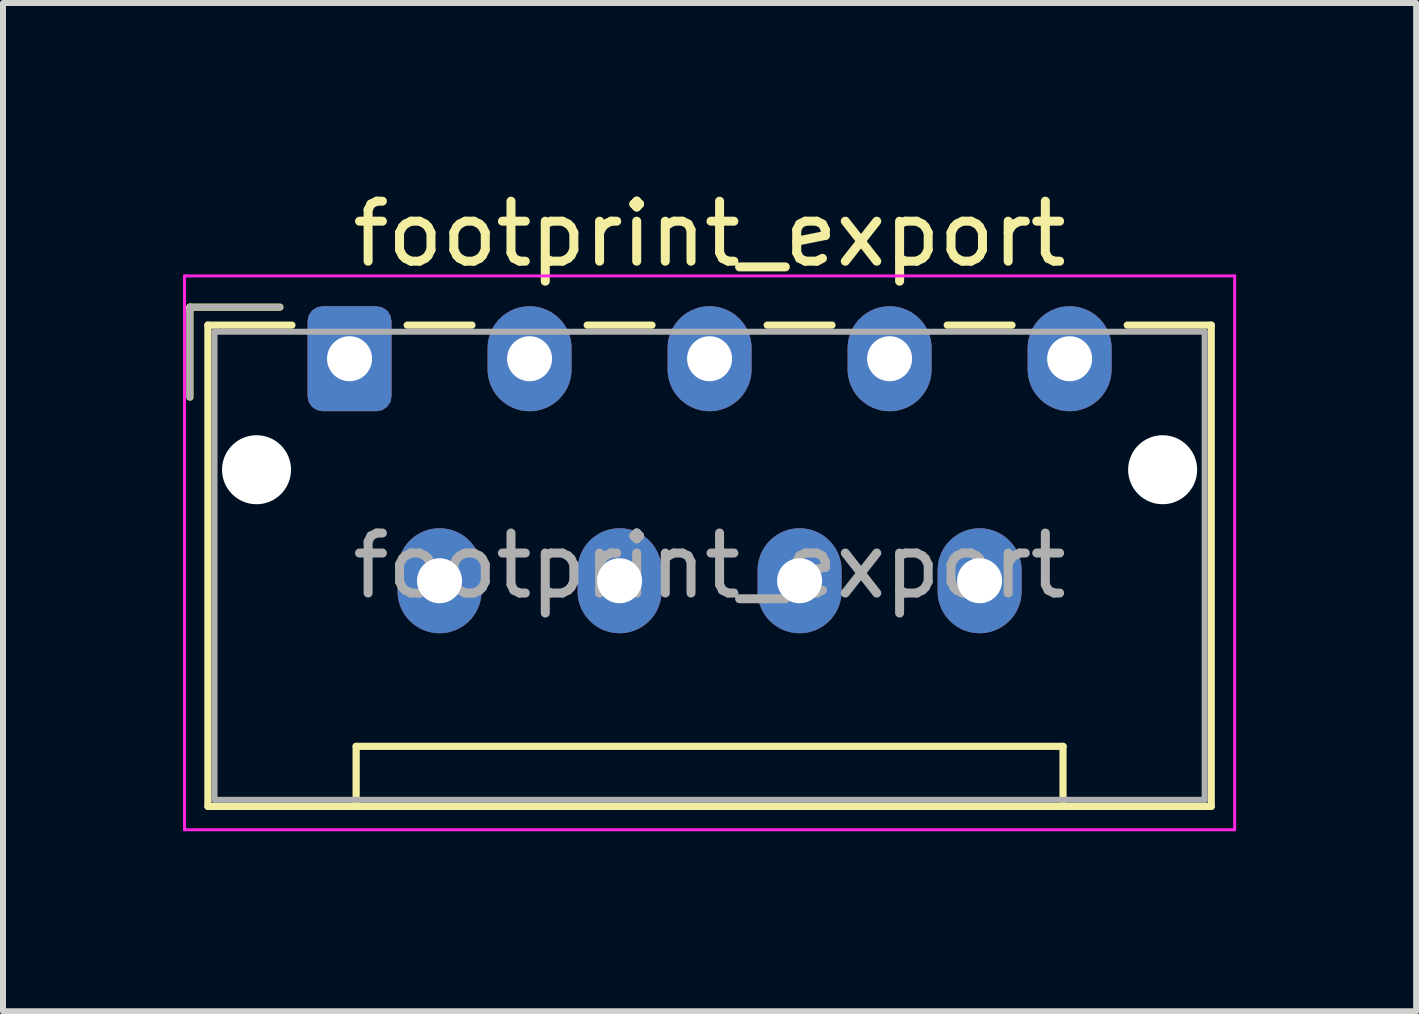
<source format=kicad_pcb>
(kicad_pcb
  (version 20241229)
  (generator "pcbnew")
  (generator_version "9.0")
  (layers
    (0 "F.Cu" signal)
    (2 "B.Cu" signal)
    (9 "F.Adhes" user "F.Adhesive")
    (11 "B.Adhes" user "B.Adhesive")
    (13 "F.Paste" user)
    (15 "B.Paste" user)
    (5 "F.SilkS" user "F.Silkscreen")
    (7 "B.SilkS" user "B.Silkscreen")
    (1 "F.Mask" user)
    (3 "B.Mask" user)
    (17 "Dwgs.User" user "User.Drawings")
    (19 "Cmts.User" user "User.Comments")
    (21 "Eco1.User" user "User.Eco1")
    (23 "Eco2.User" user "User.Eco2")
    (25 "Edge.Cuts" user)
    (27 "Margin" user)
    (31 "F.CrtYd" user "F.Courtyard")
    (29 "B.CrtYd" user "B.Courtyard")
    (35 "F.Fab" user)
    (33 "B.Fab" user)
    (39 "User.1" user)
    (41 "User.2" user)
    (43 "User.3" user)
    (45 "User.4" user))
  (footprint "footprint_export"
    (layer "F.Cu")
    (at 2.775 2.928)
    (property "Reference" "footprint_export" (at 6 -2.08 0) (layer "F.SilkS") (effects (font (size 1 1) (thickness 0.15))))
    (attr through_hole)
    (fp_line (start -2.66 -0.86) (end -1.16 -0.86) (stroke (width 0.12) (type solid)) (layer "F.SilkS"))
    (fp_line (start -2.66 0.64) (end -2.66 -0.86) (stroke (width 0.12) (type solid)) (layer "F.SilkS"))
    (fp_line (start -2.36 -0.56) (end -2.36 7.46) (stroke (width 0.12) (type solid)) (layer "F.SilkS"))
    (fp_line (start -2.36 7.46) (end 14.36 7.46) (stroke (width 0.12) (type solid)) (layer "F.SilkS"))
    (fp_line (start -0.96 -0.56) (end -2.36 -0.56) (stroke (width 0.12) (type solid)) (layer "F.SilkS"))
    (fp_line (start 0.11 6.46) (end 11.89 6.46) (stroke (width 0.12) (type solid)) (layer "F.SilkS"))
    (fp_line (start 0.11 7.46) (end 0.11 6.46) (stroke (width 0.12) (type solid)) (layer "F.SilkS"))
    (fp_line (start 0.96 -0.56) (end 2.04 -0.56) (stroke (width 0.12) (type solid)) (layer "F.SilkS"))
    (fp_line (start 3.96 -0.56) (end 5.04 -0.56) (stroke (width 0.12) (type solid)) (layer "F.SilkS"))
    (fp_line (start 6.96 -0.56) (end 8.04 -0.56) (stroke (width 0.12) (type solid)) (layer "F.SilkS"))
    (fp_line (start 9.96 -0.56) (end 11.04 -0.56) (stroke (width 0.12) (type solid)) (layer "F.SilkS"))
    (fp_line (start 11.89 6.46) (end 11.89 7.46) (stroke (width 0.12) (type solid)) (layer "F.SilkS"))
    (fp_line (start 14.36 -0.56) (end 12.96 -0.56) (stroke (width 0.12) (type solid)) (layer "F.SilkS"))
    (fp_line (start 14.36 7.46) (end 14.36 -0.56) (stroke (width 0.12) (type solid)) (layer "F.SilkS"))
    (fp_line (start -2.75 -1.38) (end -2.75 7.85) (stroke (width 0.05) (type solid)) (layer "F.CrtYd"))
    (fp_line (start -2.75 7.85) (end 14.75 7.85) (stroke (width 0.05) (type solid)) (layer "F.CrtYd"))
    (fp_line (start 14.75 -1.38) (end -2.75 -1.38) (stroke (width 0.05) (type solid)) (layer "F.CrtYd"))
    (fp_line (start 14.75 7.85) (end 14.75 -1.38) (stroke (width 0.05) (type solid)) (layer "F.CrtYd"))
    (fp_line (start -2.66 -0.86) (end -1.16 -0.86) (stroke (width 0.1) (type solid)) (layer "F.Fab"))
    (fp_line (start -2.66 0.64) (end -2.66 -0.86) (stroke (width 0.1) (type solid)) (layer "F.Fab"))
    (fp_line (start -2.25 -0.45) (end -2.25 7.35) (stroke (width 0.1) (type solid)) (layer "F.Fab"))
    (fp_line (start -2.25 7.35) (end 14.25 7.35) (stroke (width 0.1) (type solid)) (layer "F.Fab"))
    (fp_line (start 14.25 -0.45) (end -2.25 -0.45) (stroke (width 0.1) (type solid)) (layer "F.Fab"))
    (fp_line (start 14.25 7.35) (end 14.25 -0.45) (stroke (width 0.1) (type solid)) (layer "F.Fab"))
    (fp_text user "${REFERENCE}" (at 6 3.45 0) (layer "F.Fab") (effects (font (size 1 1) (thickness 0.15))))
    (pad "" np_thru_hole circle (at -1.55 1.85) (size 1.15 1.15) (drill 1.15) (layers "*.Cu" "*.Mask"))
    (pad "" np_thru_hole circle (at 13.55 1.85) (size 1.15 1.15) (drill 1.15) (layers "*.Cu" "*.Mask"))
    (pad "1" thru_hole roundrect (at 0 0) (size 1.4 1.75) (drill 0.75) (layers "*.Cu" "*.Mask") (roundrect_rratio 0.179))
    (pad "2" thru_hole oval (at 1.5 3.7) (size 1.4 1.75) (drill 0.75) (layers "*.Cu" "*.Mask"))
    (pad "3" thru_hole oval (at 3 0) (size 1.4 1.75) (drill 0.75) (layers "*.Cu" "*.Mask"))
    (pad "4" thru_hole oval (at 4.5 3.7) (size 1.4 1.75) (drill 0.75) (layers "*.Cu" "*.Mask"))
    (pad "5" thru_hole oval (at 6 0) (size 1.4 1.75) (drill 0.75) (layers "*.Cu" "*.Mask"))
    (pad "6" thru_hole oval (at 7.5 3.7) (size 1.4 1.75) (drill 0.75) (layers "*.Cu" "*.Mask"))
    (pad "7" thru_hole oval (at 9 0) (size 1.4 1.75) (drill 0.75) (layers "*.Cu" "*.Mask"))
    (pad "8" thru_hole oval (at 10.5 3.7) (size 1.4 1.75) (drill 0.75) (layers "*.Cu" "*.Mask"))
    (pad "9" thru_hole oval (at 12 0) (size 1.4 1.75) (drill 0.75) (layers "*.Cu" "*.Mask")))
  (gr_rect
    (start -3 -3)
    (end 20.55 13.803)
    (stroke (width 0.1) (type default))
    (fill no)
    (layer "Edge.Cuts")))
</source>
